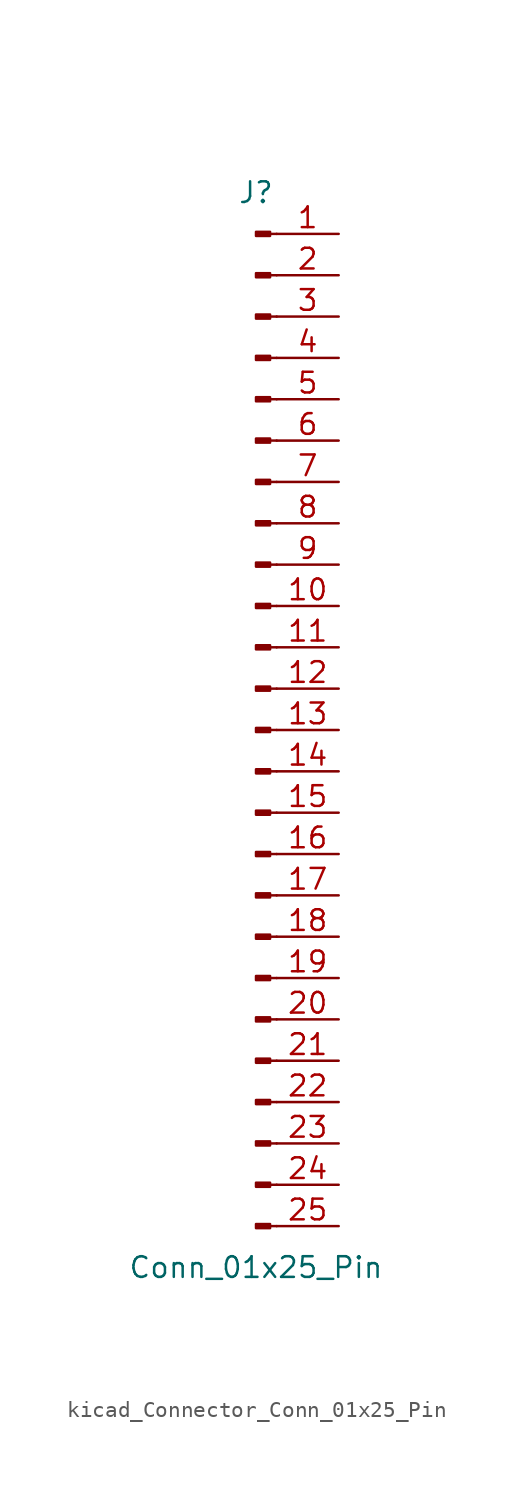
<source format=kicad_sym>
(kicad_symbol_lib
  (version 20220914)
  (generator kicad_symbol_editor)
  (symbol "kicad_Connector_Conn_01x25_Pin"
    (pin_names
      (offset 1.016) hide)
    (property "Reference" "J"
      (at 0 33.02 0)
      (effects (font (size 1.27 1.27))))
    (property "Value" "Conn_01x25_Pin"
      (at 0 -33.02 0)
      (effects (font (size 1.27 1.27))))
    (property "ki_locked" ""
      (at 0 0 0)
      (effects (font (size 1.27 1.27))))
    (symbol "kicad_Connector_Conn_01x25_Pin_1_1"
      (polyline (pts (xy 1.27 -30.48) (xy 0.864 -30.48)) (stroke (width 0.152) (type default)) (fill (type none)))
      (polyline (pts (xy 1.27 -27.94) (xy 0.864 -27.94)) (stroke (width 0.152) (type default)) (fill (type none)))
      (polyline (pts (xy 1.27 -25.4) (xy 0.864 -25.4)) (stroke (width 0.152) (type default)) (fill (type none)))
      (polyline (pts (xy 1.27 -22.86) (xy 0.864 -22.86)) (stroke (width 0.152) (type default)) (fill (type none)))
      (polyline (pts (xy 1.27 -20.32) (xy 0.864 -20.32)) (stroke (width 0.152) (type default)) (fill (type none)))
      (polyline (pts (xy 1.27 -17.78) (xy 0.864 -17.78)) (stroke (width 0.152) (type default)) (fill (type none)))
      (polyline (pts (xy 1.27 -15.24) (xy 0.864 -15.24)) (stroke (width 0.152) (type default)) (fill (type none)))
      (polyline (pts (xy 1.27 -12.7) (xy 0.864 -12.7)) (stroke (width 0.152) (type default)) (fill (type none)))
      (polyline (pts (xy 1.27 -10.16) (xy 0.864 -10.16)) (stroke (width 0.152) (type default)) (fill (type none)))
      (polyline (pts (xy 1.27 -7.62) (xy 0.864 -7.62)) (stroke (width 0.152) (type default)) (fill (type none)))
      (polyline (pts (xy 1.27 -5.08) (xy 0.864 -5.08)) (stroke (width 0.152) (type default)) (fill (type none)))
      (polyline (pts (xy 1.27 -2.54) (xy 0.864 -2.54)) (stroke (width 0.152) (type default)) (fill (type none)))
      (polyline (pts (xy 1.27 0) (xy 0.864 0)) (stroke (width 0.152) (type default)) (fill (type none)))
      (polyline (pts (xy 1.27 2.54) (xy 0.864 2.54)) (stroke (width 0.152) (type default)) (fill (type none)))
      (polyline (pts (xy 1.27 5.08) (xy 0.864 5.08)) (stroke (width 0.152) (type default)) (fill (type none)))
      (polyline (pts (xy 1.27 7.62) (xy 0.864 7.62)) (stroke (width 0.152) (type default)) (fill (type none)))
      (polyline (pts (xy 1.27 10.16) (xy 0.864 10.16)) (stroke (width 0.152) (type default)) (fill (type none)))
      (polyline (pts (xy 1.27 12.7) (xy 0.864 12.7)) (stroke (width 0.152) (type default)) (fill (type none)))
      (polyline (pts (xy 1.27 15.24) (xy 0.864 15.24)) (stroke (width 0.152) (type default)) (fill (type none)))
      (polyline (pts (xy 1.27 17.78) (xy 0.864 17.78)) (stroke (width 0.152) (type default)) (fill (type none)))
      (polyline (pts (xy 1.27 20.32) (xy 0.864 20.32)) (stroke (width 0.152) (type default)) (fill (type none)))
      (polyline (pts (xy 1.27 22.86) (xy 0.864 22.86)) (stroke (width 0.152) (type default)) (fill (type none)))
      (polyline (pts (xy 1.27 25.4) (xy 0.864 25.4)) (stroke (width 0.152) (type default)) (fill (type none)))
      (polyline (pts (xy 1.27 27.94) (xy 0.864 27.94)) (stroke (width 0.152) (type default)) (fill (type none)))
      (polyline (pts (xy 1.27 30.48) (xy 0.864 30.48)) (stroke (width 0.152) (type default)) (fill (type none)))
      (rectangle (start 0.864 -30.353) (end 0 -30.607) (stroke (width 0.152) (type default)) (fill (type outline)))
      (rectangle (start 0.864 -27.813) (end 0 -28.067) (stroke (width 0.152) (type default)) (fill (type outline)))
      (rectangle (start 0.864 -25.273) (end 0 -25.527) (stroke (width 0.152) (type default)) (fill (type outline)))
      (rectangle (start 0.864 -22.733) (end 0 -22.987) (stroke (width 0.152) (type default)) (fill (type outline)))
      (rectangle (start 0.864 -20.193) (end 0 -20.447) (stroke (width 0.152) (type default)) (fill (type outline)))
      (rectangle (start 0.864 -17.653) (end 0 -17.907) (stroke (width 0.152) (type default)) (fill (type outline)))
      (rectangle (start 0.864 -15.113) (end 0 -15.367) (stroke (width 0.152) (type default)) (fill (type outline)))
      (rectangle (start 0.864 -12.573) (end 0 -12.827) (stroke (width 0.152) (type default)) (fill (type outline)))
      (rectangle (start 0.864 -10.033) (end 0 -10.287) (stroke (width 0.152) (type default)) (fill (type outline)))
      (rectangle (start 0.864 -7.493) (end 0 -7.747) (stroke (width 0.152) (type default)) (fill (type outline)))
      (rectangle (start 0.864 -4.953) (end 0 -5.207) (stroke (width 0.152) (type default)) (fill (type outline)))
      (rectangle (start 0.864 -2.413) (end 0 -2.667) (stroke (width 0.152) (type default)) (fill (type outline)))
      (rectangle (start 0.864 0.127) (end 0 -0.127) (stroke (width 0.152) (type default)) (fill (type outline)))
      (rectangle (start 0.864 2.667) (end 0 2.413) (stroke (width 0.152) (type default)) (fill (type outline)))
      (rectangle (start 0.864 5.207) (end 0 4.953) (stroke (width 0.152) (type default)) (fill (type outline)))
      (rectangle (start 0.864 7.747) (end 0 7.493) (stroke (width 0.152) (type default)) (fill (type outline)))
      (rectangle (start 0.864 10.287) (end 0 10.033) (stroke (width 0.152) (type default)) (fill (type outline)))
      (rectangle (start 0.864 12.827) (end 0 12.573) (stroke (width 0.152) (type default)) (fill (type outline)))
      (rectangle (start 0.864 15.367) (end 0 15.113) (stroke (width 0.152) (type default)) (fill (type outline)))
      (rectangle (start 0.864 17.907) (end 0 17.653) (stroke (width 0.152) (type default)) (fill (type outline)))
      (rectangle (start 0.864 20.447) (end 0 20.193) (stroke (width 0.152) (type default)) (fill (type outline)))
      (rectangle (start 0.864 22.987) (end 0 22.733) (stroke (width 0.152) (type default)) (fill (type outline)))
      (rectangle (start 0.864 25.527) (end 0 25.273) (stroke (width 0.152) (type default)) (fill (type outline)))
      (rectangle (start 0.864 28.067) (end 0 27.813) (stroke (width 0.152) (type default)) (fill (type outline)))
      (rectangle (start 0.864 30.607) (end 0 30.353) (stroke (width 0.152) (type default)) (fill (type outline)))
      (pin passive line (at 5.08 30.48 180) (length 3.81) (name "Pin_1" (effects (font (size 1.27 1.27)))) (number "1" (effects (font (size 1.27 1.27)))))
      (pin passive line (at 5.08 7.62 180) (length 3.81) (name "Pin_10" (effects (font (size 1.27 1.27)))) (number "10" (effects (font (size 1.27 1.27)))))
      (pin passive line (at 5.08 5.08 180) (length 3.81) (name "Pin_11" (effects (font (size 1.27 1.27)))) (number "11" (effects (font (size 1.27 1.27)))))
      (pin passive line (at 5.08 2.54 180) (length 3.81) (name "Pin_12" (effects (font (size 1.27 1.27)))) (number "12" (effects (font (size 1.27 1.27)))))
      (pin passive line (at 5.08 0 180) (length 3.81) (name "Pin_13" (effects (font (size 1.27 1.27)))) (number "13" (effects (font (size 1.27 1.27)))))
      (pin passive line (at 5.08 -2.54 180) (length 3.81) (name "Pin_14" (effects (font (size 1.27 1.27)))) (number "14" (effects (font (size 1.27 1.27)))))
      (pin passive line (at 5.08 -5.08 180) (length 3.81) (name "Pin_15" (effects (font (size 1.27 1.27)))) (number "15" (effects (font (size 1.27 1.27)))))
      (pin passive line (at 5.08 -7.62 180) (length 3.81) (name "Pin_16" (effects (font (size 1.27 1.27)))) (number "16" (effects (font (size 1.27 1.27)))))
      (pin passive line (at 5.08 -10.16 180) (length 3.81) (name "Pin_17" (effects (font (size 1.27 1.27)))) (number "17" (effects (font (size 1.27 1.27)))))
      (pin passive line (at 5.08 -12.7 180) (length 3.81) (name "Pin_18" (effects (font (size 1.27 1.27)))) (number "18" (effects (font (size 1.27 1.27)))))
      (pin passive line (at 5.08 -15.24 180) (length 3.81) (name "Pin_19" (effects (font (size 1.27 1.27)))) (number "19" (effects (font (size 1.27 1.27)))))
      (pin passive line (at 5.08 27.94 180) (length 3.81) (name "Pin_2" (effects (font (size 1.27 1.27)))) (number "2" (effects (font (size 1.27 1.27)))))
      (pin passive line (at 5.08 -17.78 180) (length 3.81) (name "Pin_20" (effects (font (size 1.27 1.27)))) (number "20" (effects (font (size 1.27 1.27)))))
      (pin passive line (at 5.08 -20.32 180) (length 3.81) (name "Pin_21" (effects (font (size 1.27 1.27)))) (number "21" (effects (font (size 1.27 1.27)))))
      (pin passive line (at 5.08 -22.86 180) (length 3.81) (name "Pin_22" (effects (font (size 1.27 1.27)))) (number "22" (effects (font (size 1.27 1.27)))))
      (pin passive line (at 5.08 -25.4 180) (length 3.81) (name "Pin_23" (effects (font (size 1.27 1.27)))) (number "23" (effects (font (size 1.27 1.27)))))
      (pin passive line (at 5.08 -27.94 180) (length 3.81) (name "Pin_24" (effects (font (size 1.27 1.27)))) (number "24" (effects (font (size 1.27 1.27)))))
      (pin passive line (at 5.08 -30.48 180) (length 3.81) (name "Pin_25" (effects (font (size 1.27 1.27)))) (number "25" (effects (font (size 1.27 1.27)))))
      (pin passive line (at 5.08 25.4 180) (length 3.81) (name "Pin_3" (effects (font (size 1.27 1.27)))) (number "3" (effects (font (size 1.27 1.27)))))
      (pin passive line (at 5.08 22.86 180) (length 3.81) (name "Pin_4" (effects (font (size 1.27 1.27)))) (number "4" (effects (font (size 1.27 1.27)))))
      (pin passive line (at 5.08 20.32 180) (length 3.81) (name "Pin_5" (effects (font (size 1.27 1.27)))) (number "5" (effects (font (size 1.27 1.27)))))
      (pin passive line (at 5.08 17.78 180) (length 3.81) (name "Pin_6" (effects (font (size 1.27 1.27)))) (number "6" (effects (font (size 1.27 1.27)))))
      (pin passive line (at 5.08 15.24 180) (length 3.81) (name "Pin_7" (effects (font (size 1.27 1.27)))) (number "7" (effects (font (size 1.27 1.27)))))
      (pin passive line (at 5.08 12.7 180) (length 3.81) (name "Pin_8" (effects (font (size 1.27 1.27)))) (number "8" (effects (font (size 1.27 1.27)))))
      (pin passive line (at 5.08 10.16 180) (length 3.81) (name "Pin_9" (effects (font (size 1.27 1.27)))) (number "9" (effects (font (size 1.27 1.27))))))))
</source>
